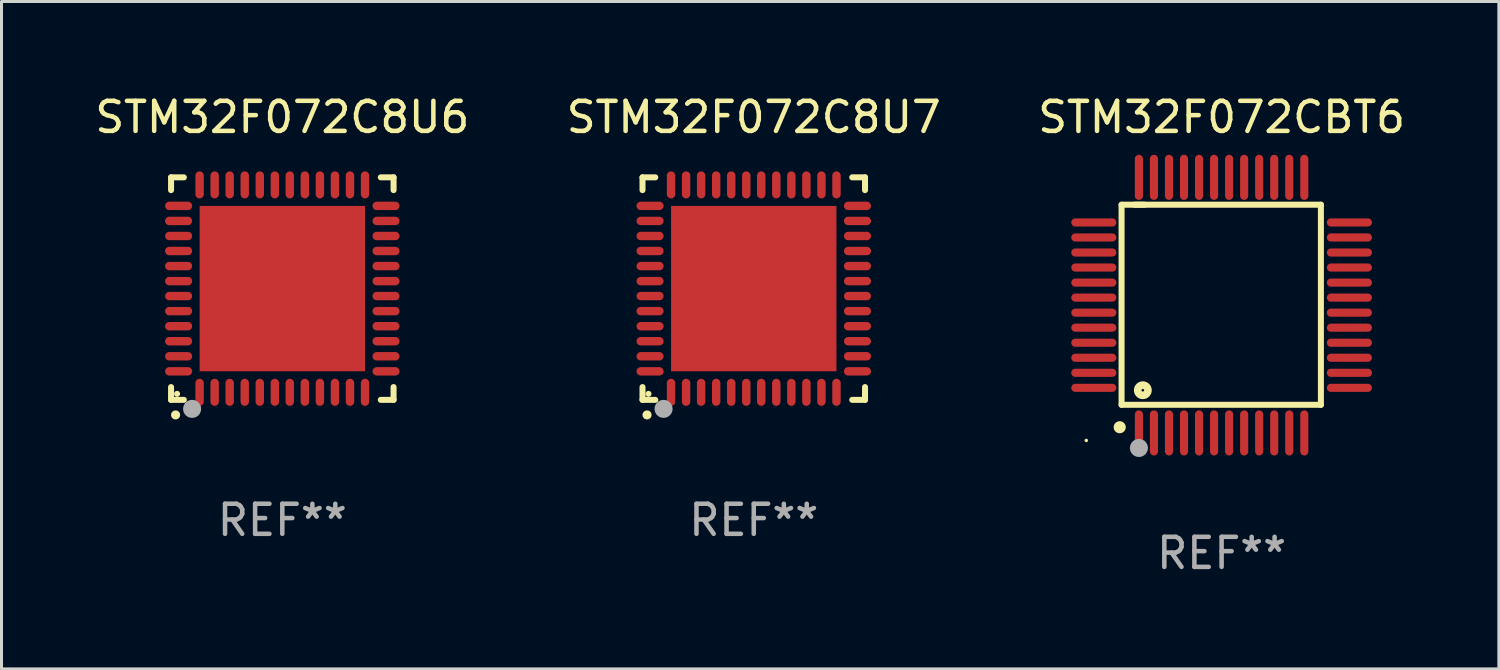
<source format=kicad_pcb>
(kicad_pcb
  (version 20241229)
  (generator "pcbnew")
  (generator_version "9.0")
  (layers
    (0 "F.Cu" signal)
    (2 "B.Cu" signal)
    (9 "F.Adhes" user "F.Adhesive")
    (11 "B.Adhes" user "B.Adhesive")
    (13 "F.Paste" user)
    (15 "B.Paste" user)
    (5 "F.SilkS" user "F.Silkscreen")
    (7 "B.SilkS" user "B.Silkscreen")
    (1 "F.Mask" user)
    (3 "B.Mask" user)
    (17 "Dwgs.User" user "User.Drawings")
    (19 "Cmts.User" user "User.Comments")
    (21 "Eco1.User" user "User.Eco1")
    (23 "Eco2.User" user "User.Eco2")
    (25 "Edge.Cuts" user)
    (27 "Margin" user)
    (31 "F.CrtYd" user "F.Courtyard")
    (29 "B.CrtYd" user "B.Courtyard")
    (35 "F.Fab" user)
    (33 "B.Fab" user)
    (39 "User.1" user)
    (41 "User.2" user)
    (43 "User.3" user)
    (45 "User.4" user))
  (footprint "STM32F072C8U7"
    (layer "F.Cu")
    (at 22.018 6.548)
    (property "Reference" "STM32F072C8U7" (at 0 -5.7 0) (layer "F.SilkS") (effects (font (size 1 1) (thickness 0.15))))
    (attr through_hole)
    (fp_line (start -3.7 -3.7) (end -3.275 -3.7) (stroke (width 0.2) (type solid)) (layer "F.SilkS"))
    (fp_line (start -3.7 -3.275) (end -3.7 -3.7) (stroke (width 0.2) (type solid)) (layer "F.SilkS"))
    (fp_line (start -3.7 3.7) (end -3.7 3.275) (stroke (width 0.2) (type solid)) (layer "F.SilkS"))
    (fp_line (start -3.275 3.7) (end -3.7 3.7) (stroke (width 0.2) (type solid)) (layer "F.SilkS"))
    (fp_line (start 3.7 -3.7) (end 3.275 -3.7) (stroke (width 0.2) (type solid)) (layer "F.SilkS"))
    (fp_line (start 3.7 -3.275) (end 3.7 -3.7) (stroke (width 0.2) (type solid)) (layer "F.SilkS"))
    (fp_line (start 3.7 3.275) (end 3.7 3.7) (stroke (width 0.2) (type solid)) (layer "F.SilkS"))
    (fp_line (start 3.7 3.7) (end 3.275 3.7) (stroke (width 0.2) (type solid)) (layer "F.SilkS"))
    (fp_arc (start -3.550927 4.201168) (mid -3.549657 4.201163) (end -3.548387 4.201168) (stroke (width 0.3) (type solid)) (layer "F.SilkS"))
    (fp_circle (center -3.5 3.5) (end -3.45 3.5) (stroke (width 0.1) (type solid)) (fill no) (layer "F.SilkS"))
    (fp_circle (center -3 4) (end -2.85 4) (stroke (width 0.3) (type solid)) (fill no) (layer "F.Fab"))
    (fp_text user "REF**" (at 0 7.7 0) (layer "F.Fab") (effects (font (size 1 1) (thickness 0.15))))
    (pad "1" smd oval (at -2.751 3.449) (size 0.28 0.9) (layers "F.Cu" "F.Mask" "F.Paste"))
    (pad "2" smd oval (at -2.25 3.449) (size 0.28 0.9) (layers "F.Cu" "F.Mask" "F.Paste"))
    (pad "3" smd oval (at -1.75 3.449) (size 0.28 0.9) (layers "F.Cu" "F.Mask" "F.Paste"))
    (pad "4" smd oval (at -1.25 3.449) (size 0.28 0.9) (layers "F.Cu" "F.Mask" "F.Paste"))
    (pad "5" smd oval (at -0.749 3.449) (size 0.28 0.9) (layers "F.Cu" "F.Mask" "F.Paste"))
    (pad "6" smd oval (at -0.249 3.449) (size 0.28 0.9) (layers "F.Cu" "F.Mask" "F.Paste"))
    (pad "7" smd oval (at 0.249 3.449) (size 0.28 0.9) (layers "F.Cu" "F.Mask" "F.Paste"))
    (pad "8" smd oval (at 0.749 3.449) (size 0.28 0.9) (layers "F.Cu" "F.Mask" "F.Paste"))
    (pad "9" smd oval (at 1.25 3.449) (size 0.28 0.9) (layers "F.Cu" "F.Mask" "F.Paste"))
    (pad "10" smd oval (at 1.75 3.449) (size 0.28 0.9) (layers "F.Cu" "F.Mask" "F.Paste"))
    (pad "11" smd oval (at 2.251 3.449) (size 0.28 0.9) (layers "F.Cu" "F.Mask" "F.Paste"))
    (pad "12" smd oval (at 2.751 3.449) (size 0.28 0.9) (layers "F.Cu" "F.Mask" "F.Paste"))
    (pad "13" smd oval (at 3.449 2.751) (size 0.9 0.28) (layers "F.Cu" "F.Mask" "F.Paste"))
    (pad "14" smd oval (at 3.449 2.251) (size 0.9 0.28) (layers "F.Cu" "F.Mask" "F.Paste"))
    (pad "15" smd oval (at 3.449 1.75) (size 0.9 0.28) (layers "F.Cu" "F.Mask" "F.Paste"))
    (pad "16" smd oval (at 3.449 1.25) (size 0.9 0.28) (layers "F.Cu" "F.Mask" "F.Paste"))
    (pad "17" smd oval (at 3.449 0.749) (size 0.9 0.28) (layers "F.Cu" "F.Mask" "F.Paste"))
    (pad "18" smd oval (at 3.449 0.249) (size 0.9 0.28) (layers "F.Cu" "F.Mask" "F.Paste"))
    (pad "19" smd oval (at 3.449 -0.249) (size 0.9 0.28) (layers "F.Cu" "F.Mask" "F.Paste"))
    (pad "20" smd oval (at 3.449 -0.749) (size 0.9 0.28) (layers "F.Cu" "F.Mask" "F.Paste"))
    (pad "21" smd oval (at 3.449 -1.25) (size 0.9 0.28) (layers "F.Cu" "F.Mask" "F.Paste"))
    (pad "22" smd oval (at 3.449 -1.75) (size 0.9 0.28) (layers "F.Cu" "F.Mask" "F.Paste"))
    (pad "23" smd oval (at 3.449 -2.25) (size 0.9 0.28) (layers "F.Cu" "F.Mask" "F.Paste"))
    (pad "24" smd oval (at 3.449 -2.751) (size 0.9 0.28) (layers "F.Cu" "F.Mask" "F.Paste"))
    (pad "25" smd oval (at 2.751 -3.449) (size 0.28 0.9) (layers "F.Cu" "F.Mask" "F.Paste"))
    (pad "26" smd oval (at 2.251 -3.449) (size 0.28 0.9) (layers "F.Cu" "F.Mask" "F.Paste"))
    (pad "27" smd oval (at 1.75 -3.449) (size 0.28 0.9) (layers "F.Cu" "F.Mask" "F.Paste"))
    (pad "28" smd oval (at 1.25 -3.449) (size 0.28 0.9) (layers "F.Cu" "F.Mask" "F.Paste"))
    (pad "29" smd oval (at 0.749 -3.449) (size 0.28 0.9) (layers "F.Cu" "F.Mask" "F.Paste"))
    (pad "30" smd oval (at 0.249 -3.449) (size 0.28 0.9) (layers "F.Cu" "F.Mask" "F.Paste"))
    (pad "31" smd oval (at -0.249 -3.449) (size 0.28 0.9) (layers "F.Cu" "F.Mask" "F.Paste"))
    (pad "32" smd oval (at -0.749 -3.449) (size 0.28 0.9) (layers "F.Cu" "F.Mask" "F.Paste"))
    (pad "33" smd oval (at -1.25 -3.449) (size 0.28 0.9) (layers "F.Cu" "F.Mask" "F.Paste"))
    (pad "34" smd oval (at -1.75 -3.449) (size 0.28 0.9) (layers "F.Cu" "F.Mask" "F.Paste"))
    (pad "35" smd oval (at -2.25 -3.449) (size 0.28 0.9) (layers "F.Cu" "F.Mask" "F.Paste"))
    (pad "36" smd oval (at -2.751 -3.449) (size 0.28 0.9) (layers "F.Cu" "F.Mask" "F.Paste"))
    (pad "37" smd oval (at -3.449 -2.751) (size 0.9 0.28) (layers "F.Cu" "F.Mask" "F.Paste"))
    (pad "38" smd oval (at -3.449 -2.25) (size 0.9 0.28) (layers "F.Cu" "F.Mask" "F.Paste"))
    (pad "39" smd oval (at -3.449 -1.75) (size 0.9 0.28) (layers "F.Cu" "F.Mask" "F.Paste"))
    (pad "40" smd oval (at -3.449 -1.25) (size 0.9 0.28) (layers "F.Cu" "F.Mask" "F.Paste"))
    (pad "41" smd oval (at -3.449 -0.749) (size 0.9 0.28) (layers "F.Cu" "F.Mask" "F.Paste"))
    (pad "42" smd oval (at -3.449 -0.249) (size 0.9 0.28) (layers "F.Cu" "F.Mask" "F.Paste"))
    (pad "43" smd oval (at -3.449 0.249) (size 0.9 0.28) (layers "F.Cu" "F.Mask" "F.Paste"))
    (pad "44" smd oval (at -3.449 0.749) (size 0.9 0.28) (layers "F.Cu" "F.Mask" "F.Paste"))
    (pad "45" smd oval (at -3.449 1.25) (size 0.9 0.28) (layers "F.Cu" "F.Mask" "F.Paste"))
    (pad "46" smd oval (at -3.449 1.75) (size 0.9 0.28) (layers "F.Cu" "F.Mask" "F.Paste"))
    (pad "47" smd oval (at -3.449 2.251) (size 0.9 0.28) (layers "F.Cu" "F.Mask" "F.Paste"))
    (pad "48" smd oval (at -3.449 2.751) (size 0.9 0.28) (layers "F.Cu" "F.Mask" "F.Paste"))
    (pad "49" smd rect (at 0.000076 0.000076) (size 5.5 5.5) (layers "F.Cu" "F.Mask" "F.Paste")))
  (footprint "STM32F072CBT6"
    (layer "F.Cu")
    (at 37.577 7.098)
    (property "Reference" "STM32F072CBT6" (at 0 -6.25 0) (layer "F.SilkS") (effects (font (size 1 1) (thickness 0.15))))
    (attr through_hole)
    (fp_line (start -3.327 -3.34) (end -2.565 -3.34) (stroke (width 0.2) (type solid)) (layer "F.SilkS"))
    (fp_line (start -3.327 3.315) (end -3.327 -3.34) (stroke (width 0.2) (type solid)) (layer "F.SilkS"))
    (fp_line (start -2.896 -3.34) (end 3.302 -3.34) (stroke (width 0.2) (type solid)) (layer "F.SilkS"))
    (fp_line (start 3.302 -3.34) (end 3.302 3.315) (stroke (width 0.2) (type solid)) (layer "F.SilkS"))
    (fp_line (start 3.302 3.315) (end -3.327 3.315) (stroke (width 0.2) (type solid)) (layer "F.SilkS"))
    (fp_arc (start -3.389992 4.059995) (mid -3.388722 4.059991) (end -3.387452 4.059995) (stroke (width 0.4) (type solid)) (layer "F.SilkS"))
    (fp_circle (center -4.5 4.5) (end -4.47 4.5) (stroke (width 0.06) (type solid)) (fill no) (layer "F.SilkS"))
    (fp_circle (center -2.62 2.83) (end -2.45 2.83) (stroke (width 0.254) (type solid)) (fill no) (layer "F.SilkS"))
    (fp_circle (center -2.75 4.75) (end -2.6 4.75) (stroke (width 0.3) (type solid)) (fill no) (layer "F.Fab"))
    (fp_text user "REF**" (at 0 8.25 0) (layer "F.Fab") (effects (font (size 1 1) (thickness 0.15))))
    (pad "1" smd oval (at -2.75 4.25) (size 0.27 1.5) (layers "F.Cu" "F.Mask" "F.Paste"))
    (pad "2" smd oval (at -2.25 4.25) (size 0.27 1.5) (layers "F.Cu" "F.Mask" "F.Paste"))
    (pad "3" smd oval (at -1.75 4.25) (size 0.27 1.5) (layers "F.Cu" "F.Mask" "F.Paste"))
    (pad "4" smd oval (at -1.25 4.25) (size 0.27 1.5) (layers "F.Cu" "F.Mask" "F.Paste"))
    (pad "5" smd oval (at -0.75 4.25) (size 0.27 1.5) (layers "F.Cu" "F.Mask" "F.Paste"))
    (pad "6" smd oval (at -0.25 4.25) (size 0.27 1.5) (layers "F.Cu" "F.Mask" "F.Paste"))
    (pad "7" smd oval (at 0.25 4.25) (size 0.27 1.5) (layers "F.Cu" "F.Mask" "F.Paste"))
    (pad "8" smd oval (at 0.75 4.25) (size 0.27 1.5) (layers "F.Cu" "F.Mask" "F.Paste"))
    (pad "9" smd oval (at 1.25 4.25) (size 0.27 1.5) (layers "F.Cu" "F.Mask" "F.Paste"))
    (pad "10" smd oval (at 1.75 4.25) (size 0.27 1.5) (layers "F.Cu" "F.Mask" "F.Paste"))
    (pad "11" smd oval (at 2.25 4.25) (size 0.27 1.5) (layers "F.Cu" "F.Mask" "F.Paste"))
    (pad "12" smd oval (at 2.75 4.25) (size 0.27 1.5) (layers "F.Cu" "F.Mask" "F.Paste"))
    (pad "13" smd oval (at 4.25 2.75) (size 1.5 0.27) (layers "F.Cu" "F.Mask" "F.Paste"))
    (pad "14" smd oval (at 4.25 2.25) (size 1.5 0.27) (layers "F.Cu" "F.Mask" "F.Paste"))
    (pad "15" smd oval (at 4.25 1.75) (size 1.5 0.27) (layers "F.Cu" "F.Mask" "F.Paste"))
    (pad "16" smd oval (at 4.25 1.25) (size 1.5 0.27) (layers "F.Cu" "F.Mask" "F.Paste"))
    (pad "17" smd oval (at 4.25 0.75) (size 1.5 0.27) (layers "F.Cu" "F.Mask" "F.Paste"))
    (pad "18" smd oval (at 4.25 0.25) (size 1.5 0.27) (layers "F.Cu" "F.Mask" "F.Paste"))
    (pad "19" smd oval (at 4.25 -0.25) (size 1.5 0.27) (layers "F.Cu" "F.Mask" "F.Paste"))
    (pad "20" smd oval (at 4.25 -0.75) (size 1.5 0.27) (layers "F.Cu" "F.Mask" "F.Paste"))
    (pad "21" smd oval (at 4.25 -1.25) (size 1.5 0.27) (layers "F.Cu" "F.Mask" "F.Paste"))
    (pad "22" smd oval (at 4.25 -1.75) (size 1.5 0.27) (layers "F.Cu" "F.Mask" "F.Paste"))
    (pad "23" smd oval (at 4.25 -2.25) (size 1.5 0.27) (layers "F.Cu" "F.Mask" "F.Paste"))
    (pad "24" smd oval (at 4.25 -2.75) (size 1.5 0.27) (layers "F.Cu" "F.Mask" "F.Paste"))
    (pad "25" smd oval (at 2.75 -4.25) (size 0.27 1.5) (layers "F.Cu" "F.Mask" "F.Paste"))
    (pad "26" smd oval (at 2.25 -4.25) (size 0.27 1.5) (layers "F.Cu" "F.Mask" "F.Paste"))
    (pad "27" smd oval (at 1.75 -4.25) (size 0.27 1.5) (layers "F.Cu" "F.Mask" "F.Paste"))
    (pad "28" smd oval (at 1.25 -4.25) (size 0.27 1.5) (layers "F.Cu" "F.Mask" "F.Paste"))
    (pad "29" smd oval (at 0.75 -4.25) (size 0.27 1.5) (layers "F.Cu" "F.Mask" "F.Paste"))
    (pad "30" smd oval (at 0.25 -4.25) (size 0.27 1.5) (layers "F.Cu" "F.Mask" "F.Paste"))
    (pad "31" smd oval (at -0.25 -4.25) (size 0.27 1.5) (layers "F.Cu" "F.Mask" "F.Paste"))
    (pad "32" smd oval (at -0.75 -4.25) (size 0.27 1.5) (layers "F.Cu" "F.Mask" "F.Paste"))
    (pad "33" smd oval (at -1.25 -4.25) (size 0.27 1.5) (layers "F.Cu" "F.Mask" "F.Paste"))
    (pad "34" smd oval (at -1.75 -4.25) (size 0.27 1.5) (layers "F.Cu" "F.Mask" "F.Paste"))
    (pad "35" smd oval (at -2.25 -4.25) (size 0.27 1.5) (layers "F.Cu" "F.Mask" "F.Paste"))
    (pad "36" smd oval (at -2.75 -4.25) (size 0.27 1.5) (layers "F.Cu" "F.Mask" "F.Paste"))
    (pad "37" smd oval (at -4.25 -2.75) (size 1.5 0.27) (layers "F.Cu" "F.Mask" "F.Paste"))
    (pad "38" smd oval (at -4.25 -2.25) (size 1.5 0.27) (layers "F.Cu" "F.Mask" "F.Paste"))
    (pad "39" smd oval (at -4.25 -1.75) (size 1.5 0.27) (layers "F.Cu" "F.Mask" "F.Paste"))
    (pad "40" smd oval (at -4.25 -1.25) (size 1.5 0.27) (layers "F.Cu" "F.Mask" "F.Paste"))
    (pad "41" smd oval (at -4.25 -0.75) (size 1.5 0.27) (layers "F.Cu" "F.Mask" "F.Paste"))
    (pad "42" smd oval (at -4.25 -0.25) (size 1.5 0.27) (layers "F.Cu" "F.Mask" "F.Paste"))
    (pad "43" smd oval (at -4.25 0.25) (size 1.5 0.27) (layers "F.Cu" "F.Mask" "F.Paste"))
    (pad "44" smd oval (at -4.25 0.75) (size 1.5 0.27) (layers "F.Cu" "F.Mask" "F.Paste"))
    (pad "45" smd oval (at -4.25 1.25) (size 1.5 0.27) (layers "F.Cu" "F.Mask" "F.Paste"))
    (pad "46" smd oval (at -4.25 1.75) (size 1.5 0.27) (layers "F.Cu" "F.Mask" "F.Paste"))
    (pad "47" smd oval (at -4.25 2.25) (size 1.5 0.27) (layers "F.Cu" "F.Mask" "F.Paste"))
    (pad "48" smd oval (at -4.25 2.75) (size 1.5 0.27) (layers "F.Cu" "F.Mask" "F.Paste")))
  (footprint "STM32F072C8U6"
    (layer "F.Cu")
    (at 6.339 6.548)
    (property "Reference" "STM32F072C8U6" (at 0 -5.7 0) (layer "F.SilkS") (effects (font (size 1 1) (thickness 0.15))))
    (attr through_hole)
    (fp_line (start -3.7 -3.7) (end -3.275 -3.7) (stroke (width 0.2) (type solid)) (layer "F.SilkS"))
    (fp_line (start -3.7 -3.275) (end -3.7 -3.7) (stroke (width 0.2) (type solid)) (layer "F.SilkS"))
    (fp_line (start -3.7 3.7) (end -3.7 3.275) (stroke (width 0.2) (type solid)) (layer "F.SilkS"))
    (fp_line (start -3.275 3.7) (end -3.7 3.7) (stroke (width 0.2) (type solid)) (layer "F.SilkS"))
    (fp_line (start 3.7 -3.7) (end 3.275 -3.7) (stroke (width 0.2) (type solid)) (layer "F.SilkS"))
    (fp_line (start 3.7 -3.275) (end 3.7 -3.7) (stroke (width 0.2) (type solid)) (layer "F.SilkS"))
    (fp_line (start 3.7 3.275) (end 3.7 3.7) (stroke (width 0.2) (type solid)) (layer "F.SilkS"))
    (fp_line (start 3.7 3.7) (end 3.275 3.7) (stroke (width 0.2) (type solid)) (layer "F.SilkS"))
    (fp_arc (start -3.550927 4.201168) (mid -3.549657 4.201163) (end -3.548387 4.201168) (stroke (width 0.3) (type solid)) (layer "F.SilkS"))
    (fp_circle (center -3.5 3.5) (end -3.45 3.5) (stroke (width 0.1) (type solid)) (fill no) (layer "F.SilkS"))
    (fp_circle (center -3 4) (end -2.85 4) (stroke (width 0.3) (type solid)) (fill no) (layer "F.Fab"))
    (fp_text user "REF**" (at 0 7.7 0) (layer "F.Fab") (effects (font (size 1 1) (thickness 0.15))))
    (pad "1" smd oval (at -2.751 3.449) (size 0.28 0.9) (layers "F.Cu" "F.Mask" "F.Paste"))
    (pad "2" smd oval (at -2.25 3.449) (size 0.28 0.9) (layers "F.Cu" "F.Mask" "F.Paste"))
    (pad "3" smd oval (at -1.75 3.449) (size 0.28 0.9) (layers "F.Cu" "F.Mask" "F.Paste"))
    (pad "4" smd oval (at -1.25 3.449) (size 0.28 0.9) (layers "F.Cu" "F.Mask" "F.Paste"))
    (pad "5" smd oval (at -0.749 3.449) (size 0.28 0.9) (layers "F.Cu" "F.Mask" "F.Paste"))
    (pad "6" smd oval (at -0.249 3.449) (size 0.28 0.9) (layers "F.Cu" "F.Mask" "F.Paste"))
    (pad "7" smd oval (at 0.249 3.449) (size 0.28 0.9) (layers "F.Cu" "F.Mask" "F.Paste"))
    (pad "8" smd oval (at 0.749 3.449) (size 0.28 0.9) (layers "F.Cu" "F.Mask" "F.Paste"))
    (pad "9" smd oval (at 1.25 3.449) (size 0.28 0.9) (layers "F.Cu" "F.Mask" "F.Paste"))
    (pad "10" smd oval (at 1.75 3.449) (size 0.28 0.9) (layers "F.Cu" "F.Mask" "F.Paste"))
    (pad "11" smd oval (at 2.251 3.449) (size 0.28 0.9) (layers "F.Cu" "F.Mask" "F.Paste"))
    (pad "12" smd oval (at 2.751 3.449) (size 0.28 0.9) (layers "F.Cu" "F.Mask" "F.Paste"))
    (pad "13" smd oval (at 3.449 2.751) (size 0.9 0.28) (layers "F.Cu" "F.Mask" "F.Paste"))
    (pad "14" smd oval (at 3.449 2.251) (size 0.9 0.28) (layers "F.Cu" "F.Mask" "F.Paste"))
    (pad "15" smd oval (at 3.449 1.75) (size 0.9 0.28) (layers "F.Cu" "F.Mask" "F.Paste"))
    (pad "16" smd oval (at 3.449 1.25) (size 0.9 0.28) (layers "F.Cu" "F.Mask" "F.Paste"))
    (pad "17" smd oval (at 3.449 0.749) (size 0.9 0.28) (layers "F.Cu" "F.Mask" "F.Paste"))
    (pad "18" smd oval (at 3.449 0.249) (size 0.9 0.28) (layers "F.Cu" "F.Mask" "F.Paste"))
    (pad "19" smd oval (at 3.449 -0.249) (size 0.9 0.28) (layers "F.Cu" "F.Mask" "F.Paste"))
    (pad "20" smd oval (at 3.449 -0.749) (size 0.9 0.28) (layers "F.Cu" "F.Mask" "F.Paste"))
    (pad "21" smd oval (at 3.449 -1.25) (size 0.9 0.28) (layers "F.Cu" "F.Mask" "F.Paste"))
    (pad "22" smd oval (at 3.449 -1.75) (size 0.9 0.28) (layers "F.Cu" "F.Mask" "F.Paste"))
    (pad "23" smd oval (at 3.449 -2.25) (size 0.9 0.28) (layers "F.Cu" "F.Mask" "F.Paste"))
    (pad "24" smd oval (at 3.449 -2.751) (size 0.9 0.28) (layers "F.Cu" "F.Mask" "F.Paste"))
    (pad "25" smd oval (at 2.751 -3.449) (size 0.28 0.9) (layers "F.Cu" "F.Mask" "F.Paste"))
    (pad "26" smd oval (at 2.251 -3.449) (size 0.28 0.9) (layers "F.Cu" "F.Mask" "F.Paste"))
    (pad "27" smd oval (at 1.75 -3.449) (size 0.28 0.9) (layers "F.Cu" "F.Mask" "F.Paste"))
    (pad "28" smd oval (at 1.25 -3.449) (size 0.28 0.9) (layers "F.Cu" "F.Mask" "F.Paste"))
    (pad "29" smd oval (at 0.749 -3.449) (size 0.28 0.9) (layers "F.Cu" "F.Mask" "F.Paste"))
    (pad "30" smd oval (at 0.249 -3.449) (size 0.28 0.9) (layers "F.Cu" "F.Mask" "F.Paste"))
    (pad "31" smd oval (at -0.249 -3.449) (size 0.28 0.9) (layers "F.Cu" "F.Mask" "F.Paste"))
    (pad "32" smd oval (at -0.749 -3.449) (size 0.28 0.9) (layers "F.Cu" "F.Mask" "F.Paste"))
    (pad "33" smd oval (at -1.25 -3.449) (size 0.28 0.9) (layers "F.Cu" "F.Mask" "F.Paste"))
    (pad "34" smd oval (at -1.75 -3.449) (size 0.28 0.9) (layers "F.Cu" "F.Mask" "F.Paste"))
    (pad "35" smd oval (at -2.25 -3.449) (size 0.28 0.9) (layers "F.Cu" "F.Mask" "F.Paste"))
    (pad "36" smd oval (at -2.751 -3.449) (size 0.28 0.9) (layers "F.Cu" "F.Mask" "F.Paste"))
    (pad "37" smd oval (at -3.449 -2.751) (size 0.9 0.28) (layers "F.Cu" "F.Mask" "F.Paste"))
    (pad "38" smd oval (at -3.449 -2.25) (size 0.9 0.28) (layers "F.Cu" "F.Mask" "F.Paste"))
    (pad "39" smd oval (at -3.449 -1.75) (size 0.9 0.28) (layers "F.Cu" "F.Mask" "F.Paste"))
    (pad "40" smd oval (at -3.449 -1.25) (size 0.9 0.28) (layers "F.Cu" "F.Mask" "F.Paste"))
    (pad "41" smd oval (at -3.449 -0.749) (size 0.9 0.28) (layers "F.Cu" "F.Mask" "F.Paste"))
    (pad "42" smd oval (at -3.449 -0.249) (size 0.9 0.28) (layers "F.Cu" "F.Mask" "F.Paste"))
    (pad "43" smd oval (at -3.449 0.249) (size 0.9 0.28) (layers "F.Cu" "F.Mask" "F.Paste"))
    (pad "44" smd oval (at -3.449 0.749) (size 0.9 0.28) (layers "F.Cu" "F.Mask" "F.Paste"))
    (pad "45" smd oval (at -3.449 1.25) (size 0.9 0.28) (layers "F.Cu" "F.Mask" "F.Paste"))
    (pad "46" smd oval (at -3.449 1.75) (size 0.9 0.28) (layers "F.Cu" "F.Mask" "F.Paste"))
    (pad "47" smd oval (at -3.449 2.251) (size 0.9 0.28) (layers "F.Cu" "F.Mask" "F.Paste"))
    (pad "48" smd oval (at -3.449 2.751) (size 0.9 0.28) (layers "F.Cu" "F.Mask" "F.Paste"))
    (pad "49" smd rect (at 0.000076 0.000076) (size 5.5 5.5) (layers "F.Cu" "F.Mask" "F.Paste")))
  (gr_rect
    (start -3 -3)
    (end 46.798 19.196)
    (stroke (width 0.1) (type default))
    (fill no)
    (layer "Edge.Cuts")))
</source>
